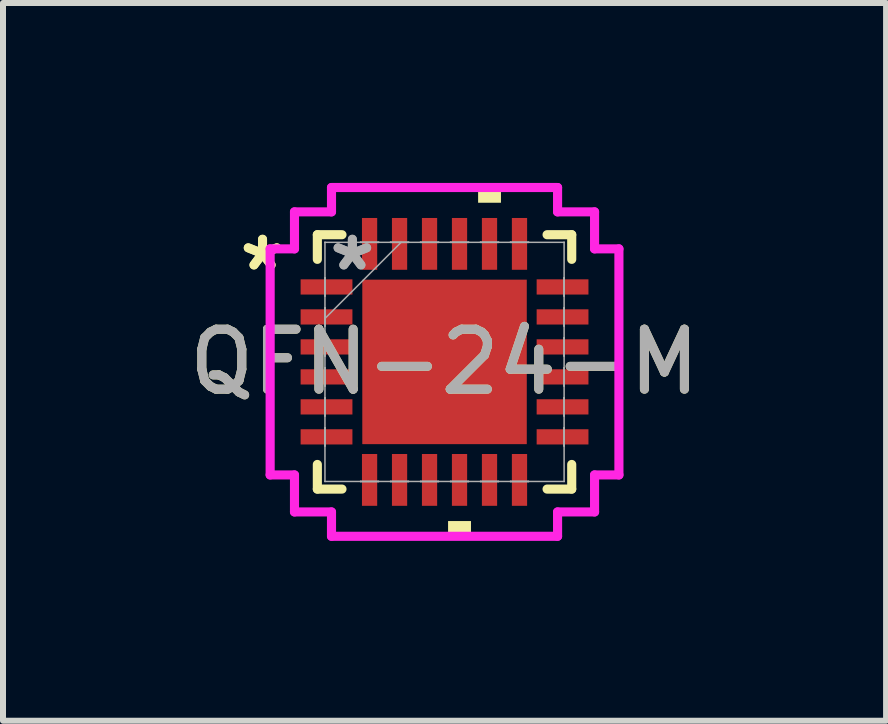
<source format=kicad_pcb>
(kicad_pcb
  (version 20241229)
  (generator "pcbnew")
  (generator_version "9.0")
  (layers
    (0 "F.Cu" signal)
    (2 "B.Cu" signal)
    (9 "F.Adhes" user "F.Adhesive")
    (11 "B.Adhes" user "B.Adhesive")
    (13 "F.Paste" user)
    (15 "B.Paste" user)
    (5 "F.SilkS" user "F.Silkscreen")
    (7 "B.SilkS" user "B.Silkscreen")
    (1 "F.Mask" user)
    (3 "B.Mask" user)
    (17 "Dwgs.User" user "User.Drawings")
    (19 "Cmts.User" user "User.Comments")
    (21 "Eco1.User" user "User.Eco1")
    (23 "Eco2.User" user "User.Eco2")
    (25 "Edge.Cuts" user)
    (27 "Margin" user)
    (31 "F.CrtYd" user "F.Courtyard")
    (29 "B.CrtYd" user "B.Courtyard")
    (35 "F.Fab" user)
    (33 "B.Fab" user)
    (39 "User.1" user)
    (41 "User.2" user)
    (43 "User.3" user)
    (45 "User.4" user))
  (footprint "QFN-24-M"
    (layer "F.Cu")
    (at 4.363 2.985)
    (property "Reference" "QFN-24-M" (at 0 0 0) (unlocked yes) (layer "F.SilkS") (effects (font (size 1 1) (thickness 0.15))))
    (attr smd)
    (fp_line (start -2.121 -2.121) (end -2.121 -1.71) (stroke (width 0.152) (type solid)) (layer "F.SilkS"))
    (fp_line (start -2.121 1.71) (end -2.121 2.121) (stroke (width 0.152) (type solid)) (layer "F.SilkS"))
    (fp_line (start -2.121 2.121) (end -1.71 2.121) (stroke (width 0.152) (type solid)) (layer "F.SilkS"))
    (fp_line (start -1.71 -2.121) (end -2.121 -2.121) (stroke (width 0.152) (type solid)) (layer "F.SilkS"))
    (fp_line (start 1.71 2.121) (end 2.121 2.121) (stroke (width 0.152) (type solid)) (layer "F.SilkS"))
    (fp_line (start 2.121 -2.121) (end 1.71 -2.121) (stroke (width 0.152) (type solid)) (layer "F.SilkS"))
    (fp_line (start 2.121 -1.71) (end 2.121 -2.121) (stroke (width 0.152) (type solid)) (layer "F.SilkS"))
    (fp_line (start 2.121 2.121) (end 2.121 1.71) (stroke (width 0.152) (type solid)) (layer "F.SilkS"))
    (fp_poly (pts (xy 0.059 2.654) (xy 0.059 2.908) (xy 0.441 2.908) (xy 0.441 2.654)) (stroke (width 0) (type solid)) (fill yes) (layer "F.SilkS"))
    (fp_poly (pts (xy 0.56 -2.654) (xy 0.56 -2.908) (xy 0.941 -2.908) (xy 0.941 -2.654)) (stroke (width 0) (type solid)) (fill yes) (layer "F.SilkS"))
    (fp_poly (pts (xy -1.272 -1.272) (xy -1.272 -0.1) (xy -0.1 -0.1) (xy -0.1 -1.272)) (stroke (width 0) (type solid)) (fill yes) (layer "F.Paste"))
    (fp_poly (pts (xy -1.272 0.1) (xy -1.272 1.272) (xy -0.1 1.272) (xy -0.1 0.1)) (stroke (width 0) (type solid)) (fill yes) (layer "F.Paste"))
    (fp_poly (pts (xy 0.1 -1.272) (xy 0.1 -0.1) (xy 1.272 -0.1) (xy 1.272 -1.272)) (stroke (width 0) (type solid)) (fill yes) (layer "F.Paste"))
    (fp_poly (pts (xy 0.1 0.1) (xy 0.1 1.272) (xy 1.272 1.272) (xy 1.272 0.1)) (stroke (width 0) (type solid)) (fill yes) (layer "F.Paste"))
    (fp_line (start -2.908 -1.885) (end -2.502 -1.885) (stroke (width 0.152) (type solid)) (layer "F.CrtYd"))
    (fp_line (start -2.908 1.885) (end -2.908 -1.885) (stroke (width 0.152) (type solid)) (layer "F.CrtYd"))
    (fp_line (start -2.502 -2.502) (end -1.885 -2.502) (stroke (width 0.152) (type solid)) (layer "F.CrtYd"))
    (fp_line (start -2.502 -1.885) (end -2.502 -2.502) (stroke (width 0.152) (type solid)) (layer "F.CrtYd"))
    (fp_line (start -2.502 1.885) (end -2.908 1.885) (stroke (width 0.152) (type solid)) (layer "F.CrtYd"))
    (fp_line (start -2.502 2.502) (end -2.502 1.885) (stroke (width 0.152) (type solid)) (layer "F.CrtYd"))
    (fp_line (start -1.885 -2.908) (end 1.885 -2.908) (stroke (width 0.152) (type solid)) (layer "F.CrtYd"))
    (fp_line (start -1.885 -2.502) (end -1.885 -2.908) (stroke (width 0.152) (type solid)) (layer "F.CrtYd"))
    (fp_line (start -1.885 2.502) (end -2.502 2.502) (stroke (width 0.152) (type solid)) (layer "F.CrtYd"))
    (fp_line (start -1.885 2.908) (end -1.885 2.502) (stroke (width 0.152) (type solid)) (layer "F.CrtYd"))
    (fp_line (start 1.885 -2.908) (end 1.885 -2.502) (stroke (width 0.152) (type solid)) (layer "F.CrtYd"))
    (fp_line (start 1.885 -2.502) (end 2.502 -2.502) (stroke (width 0.152) (type solid)) (layer "F.CrtYd"))
    (fp_line (start 1.885 2.502) (end 1.885 2.908) (stroke (width 0.152) (type solid)) (layer "F.CrtYd"))
    (fp_line (start 1.885 2.908) (end -1.885 2.908) (stroke (width 0.152) (type solid)) (layer "F.CrtYd"))
    (fp_line (start 2.502 -2.502) (end 2.502 -1.885) (stroke (width 0.152) (type solid)) (layer "F.CrtYd"))
    (fp_line (start 2.502 -1.885) (end 2.908 -1.885) (stroke (width 0.152) (type solid)) (layer "F.CrtYd"))
    (fp_line (start 2.502 1.885) (end 2.502 2.502) (stroke (width 0.152) (type solid)) (layer "F.CrtYd"))
    (fp_line (start 2.502 2.502) (end 1.885 2.502) (stroke (width 0.152) (type solid)) (layer "F.CrtYd"))
    (fp_line (start 2.908 -1.885) (end 2.908 1.885) (stroke (width 0.152) (type solid)) (layer "F.CrtYd"))
    (fp_line (start 2.908 1.885) (end 2.502 1.885) (stroke (width 0.152) (type solid)) (layer "F.CrtYd"))
    (fp_line (start -1.994 -1.994) (end -1.994 -1.994) (stroke (width 0.025) (type solid)) (layer "F.Fab"))
    (fp_line (start -1.994 -1.994) (end -1.994 1.994) (stroke (width 0.025) (type solid)) (layer "F.Fab"))
    (fp_line (start -1.994 -1.402) (end -1.994 -1.402) (stroke (width 0.025) (type solid)) (layer "F.Fab"))
    (fp_line (start -1.994 -1.402) (end -1.994 -1.098) (stroke (width 0.025) (type solid)) (layer "F.Fab"))
    (fp_line (start -1.994 -1.098) (end -1.994 -1.402) (stroke (width 0.025) (type solid)) (layer "F.Fab"))
    (fp_line (start -1.994 -1.098) (end -1.994 -1.098) (stroke (width 0.025) (type solid)) (layer "F.Fab"))
    (fp_line (start -1.994 -0.902) (end -1.994 -0.902) (stroke (width 0.025) (type solid)) (layer "F.Fab"))
    (fp_line (start -1.994 -0.902) (end -1.994 -0.598) (stroke (width 0.025) (type solid)) (layer "F.Fab"))
    (fp_line (start -1.994 -0.724) (end -0.724 -1.994) (stroke (width 0.025) (type solid)) (layer "F.Fab"))
    (fp_line (start -1.994 -0.598) (end -1.994 -0.902) (stroke (width 0.025) (type solid)) (layer "F.Fab"))
    (fp_line (start -1.994 -0.598) (end -1.994 -0.598) (stroke (width 0.025) (type solid)) (layer "F.Fab"))
    (fp_line (start -1.994 -0.402) (end -1.994 -0.402) (stroke (width 0.025) (type solid)) (layer "F.Fab"))
    (fp_line (start -1.994 -0.402) (end -1.994 -0.098) (stroke (width 0.025) (type solid)) (layer "F.Fab"))
    (fp_line (start -1.994 -0.098) (end -1.994 -0.402) (stroke (width 0.025) (type solid)) (layer "F.Fab"))
    (fp_line (start -1.994 -0.098) (end -1.994 -0.098) (stroke (width 0.025) (type solid)) (layer "F.Fab"))
    (fp_line (start -1.994 0.098) (end -1.994 0.098) (stroke (width 0.025) (type solid)) (layer "F.Fab"))
    (fp_line (start -1.994 0.098) (end -1.994 0.402) (stroke (width 0.025) (type solid)) (layer "F.Fab"))
    (fp_line (start -1.994 0.402) (end -1.994 0.098) (stroke (width 0.025) (type solid)) (layer "F.Fab"))
    (fp_line (start -1.994 0.402) (end -1.994 0.402) (stroke (width 0.025) (type solid)) (layer "F.Fab"))
    (fp_line (start -1.994 0.598) (end -1.994 0.598) (stroke (width 0.025) (type solid)) (layer "F.Fab"))
    (fp_line (start -1.994 0.598) (end -1.994 0.902) (stroke (width 0.025) (type solid)) (layer "F.Fab"))
    (fp_line (start -1.994 0.902) (end -1.994 0.598) (stroke (width 0.025) (type solid)) (layer "F.Fab"))
    (fp_line (start -1.994 0.902) (end -1.994 0.902) (stroke (width 0.025) (type solid)) (layer "F.Fab"))
    (fp_line (start -1.994 1.098) (end -1.994 1.098) (stroke (width 0.025) (type solid)) (layer "F.Fab"))
    (fp_line (start -1.994 1.098) (end -1.994 1.402) (stroke (width 0.025) (type solid)) (layer "F.Fab"))
    (fp_line (start -1.994 1.402) (end -1.994 1.098) (stroke (width 0.025) (type solid)) (layer "F.Fab"))
    (fp_line (start -1.994 1.402) (end -1.994 1.402) (stroke (width 0.025) (type solid)) (layer "F.Fab"))
    (fp_line (start -1.994 1.994) (end -1.994 1.994) (stroke (width 0.025) (type solid)) (layer "F.Fab"))
    (fp_line (start -1.994 1.994) (end 1.994 1.994) (stroke (width 0.025) (type solid)) (layer "F.Fab"))
    (fp_line (start -1.402 -1.994) (end -1.402 -1.994) (stroke (width 0.025) (type solid)) (layer "F.Fab"))
    (fp_line (start -1.402 -1.994) (end -1.098 -1.994) (stroke (width 0.025) (type solid)) (layer "F.Fab"))
    (fp_line (start -1.402 1.994) (end -1.402 1.994) (stroke (width 0.025) (type solid)) (layer "F.Fab"))
    (fp_line (start -1.402 1.994) (end -1.098 1.994) (stroke (width 0.025) (type solid)) (layer "F.Fab"))
    (fp_line (start -1.098 -1.994) (end -1.402 -1.994) (stroke (width 0.025) (type solid)) (layer "F.Fab"))
    (fp_line (start -1.098 -1.994) (end -1.098 -1.994) (stroke (width 0.025) (type solid)) (layer "F.Fab"))
    (fp_line (start -1.098 1.994) (end -1.402 1.994) (stroke (width 0.025) (type solid)) (layer "F.Fab"))
    (fp_line (start -1.098 1.994) (end -1.098 1.994) (stroke (width 0.025) (type solid)) (layer "F.Fab"))
    (fp_line (start -0.902 -1.994) (end -0.902 -1.994) (stroke (width 0.025) (type solid)) (layer "F.Fab"))
    (fp_line (start -0.902 -1.994) (end -0.598 -1.994) (stroke (width 0.025) (type solid)) (layer "F.Fab"))
    (fp_line (start -0.902 1.994) (end -0.902 1.994) (stroke (width 0.025) (type solid)) (layer "F.Fab"))
    (fp_line (start -0.902 1.994) (end -0.598 1.994) (stroke (width 0.025) (type solid)) (layer "F.Fab"))
    (fp_line (start -0.598 -1.994) (end -0.902 -1.994) (stroke (width 0.025) (type solid)) (layer "F.Fab"))
    (fp_line (start -0.598 -1.994) (end -0.598 -1.994) (stroke (width 0.025) (type solid)) (layer "F.Fab"))
    (fp_line (start -0.598 1.994) (end -0.902 1.994) (stroke (width 0.025) (type solid)) (layer "F.Fab"))
    (fp_line (start -0.598 1.994) (end -0.598 1.994) (stroke (width 0.025) (type solid)) (layer "F.Fab"))
    (fp_line (start -0.402 -1.994) (end -0.402 -1.994) (stroke (width 0.025) (type solid)) (layer "F.Fab"))
    (fp_line (start -0.402 -1.994) (end -0.098 -1.994) (stroke (width 0.025) (type solid)) (layer "F.Fab"))
    (fp_line (start -0.402 1.994) (end -0.402 1.994) (stroke (width 0.025) (type solid)) (layer "F.Fab"))
    (fp_line (start -0.402 1.994) (end -0.098 1.994) (stroke (width 0.025) (type solid)) (layer "F.Fab"))
    (fp_line (start -0.098 -1.994) (end -0.402 -1.994) (stroke (width 0.025) (type solid)) (layer "F.Fab"))
    (fp_line (start -0.098 -1.994) (end -0.098 -1.994) (stroke (width 0.025) (type solid)) (layer "F.Fab"))
    (fp_line (start -0.098 1.994) (end -0.402 1.994) (stroke (width 0.025) (type solid)) (layer "F.Fab"))
    (fp_line (start -0.098 1.994) (end -0.098 1.994) (stroke (width 0.025) (type solid)) (layer "F.Fab"))
    (fp_line (start 0.098 -1.994) (end 0.098 -1.994) (stroke (width 0.025) (type solid)) (layer "F.Fab"))
    (fp_line (start 0.098 -1.994) (end 0.402 -1.994) (stroke (width 0.025) (type solid)) (layer "F.Fab"))
    (fp_line (start 0.098 1.994) (end 0.098 1.994) (stroke (width 0.025) (type solid)) (layer "F.Fab"))
    (fp_line (start 0.098 1.994) (end 0.402 1.994) (stroke (width 0.025) (type solid)) (layer "F.Fab"))
    (fp_line (start 0.402 -1.994) (end 0.098 -1.994) (stroke (width 0.025) (type solid)) (layer "F.Fab"))
    (fp_line (start 0.402 -1.994) (end 0.402 -1.994) (stroke (width 0.025) (type solid)) (layer "F.Fab"))
    (fp_line (start 0.402 1.994) (end 0.098 1.994) (stroke (width 0.025) (type solid)) (layer "F.Fab"))
    (fp_line (start 0.402 1.994) (end 0.402 1.994) (stroke (width 0.025) (type solid)) (layer "F.Fab"))
    (fp_line (start 0.598 -1.994) (end 0.598 -1.994) (stroke (width 0.025) (type solid)) (layer "F.Fab"))
    (fp_line (start 0.598 -1.994) (end 0.902 -1.994) (stroke (width 0.025) (type solid)) (layer "F.Fab"))
    (fp_line (start 0.598 1.994) (end 0.598 1.994) (stroke (width 0.025) (type solid)) (layer "F.Fab"))
    (fp_line (start 0.598 1.994) (end 0.902 1.994) (stroke (width 0.025) (type solid)) (layer "F.Fab"))
    (fp_line (start 0.902 -1.994) (end 0.598 -1.994) (stroke (width 0.025) (type solid)) (layer "F.Fab"))
    (fp_line (start 0.902 -1.994) (end 0.902 -1.994) (stroke (width 0.025) (type solid)) (layer "F.Fab"))
    (fp_line (start 0.902 1.994) (end 0.598 1.994) (stroke (width 0.025) (type solid)) (layer "F.Fab"))
    (fp_line (start 0.902 1.994) (end 0.902 1.994) (stroke (width 0.025) (type solid)) (layer "F.Fab"))
    (fp_line (start 1.098 -1.994) (end 1.098 -1.994) (stroke (width 0.025) (type solid)) (layer "F.Fab"))
    (fp_line (start 1.098 -1.994) (end 1.402 -1.994) (stroke (width 0.025) (type solid)) (layer "F.Fab"))
    (fp_line (start 1.098 1.994) (end 1.098 1.994) (stroke (width 0.025) (type solid)) (layer "F.Fab"))
    (fp_line (start 1.098 1.994) (end 1.402 1.994) (stroke (width 0.025) (type solid)) (layer "F.Fab"))
    (fp_line (start 1.402 -1.994) (end 1.098 -1.994) (stroke (width 0.025) (type solid)) (layer "F.Fab"))
    (fp_line (start 1.402 -1.994) (end 1.402 -1.994) (stroke (width 0.025) (type solid)) (layer "F.Fab"))
    (fp_line (start 1.402 1.994) (end 1.098 1.994) (stroke (width 0.025) (type solid)) (layer "F.Fab"))
    (fp_line (start 1.402 1.994) (end 1.402 1.994) (stroke (width 0.025) (type solid)) (layer "F.Fab"))
    (fp_line (start 1.994 -1.994) (end -1.994 -1.994) (stroke (width 0.025) (type solid)) (layer "F.Fab"))
    (fp_line (start 1.994 -1.994) (end 1.994 -1.994) (stroke (width 0.025) (type solid)) (layer "F.Fab"))
    (fp_line (start 1.994 -1.402) (end 1.994 -1.402) (stroke (width 0.025) (type solid)) (layer "F.Fab"))
    (fp_line (start 1.994 -1.402) (end 1.994 -1.098) (stroke (width 0.025) (type solid)) (layer "F.Fab"))
    (fp_line (start 1.994 -1.098) (end 1.994 -1.402) (stroke (width 0.025) (type solid)) (layer "F.Fab"))
    (fp_line (start 1.994 -1.098) (end 1.994 -1.098) (stroke (width 0.025) (type solid)) (layer "F.Fab"))
    (fp_line (start 1.994 -0.902) (end 1.994 -0.902) (stroke (width 0.025) (type solid)) (layer "F.Fab"))
    (fp_line (start 1.994 -0.902) (end 1.994 -0.598) (stroke (width 0.025) (type solid)) (layer "F.Fab"))
    (fp_line (start 1.994 -0.598) (end 1.994 -0.902) (stroke (width 0.025) (type solid)) (layer "F.Fab"))
    (fp_line (start 1.994 -0.598) (end 1.994 -0.598) (stroke (width 0.025) (type solid)) (layer "F.Fab"))
    (fp_line (start 1.994 -0.402) (end 1.994 -0.402) (stroke (width 0.025) (type solid)) (layer "F.Fab"))
    (fp_line (start 1.994 -0.402) (end 1.994 -0.098) (stroke (width 0.025) (type solid)) (layer "F.Fab"))
    (fp_line (start 1.994 -0.098) (end 1.994 -0.402) (stroke (width 0.025) (type solid)) (layer "F.Fab"))
    (fp_line (start 1.994 -0.098) (end 1.994 -0.098) (stroke (width 0.025) (type solid)) (layer "F.Fab"))
    (fp_line (start 1.994 0.098) (end 1.994 0.098) (stroke (width 0.025) (type solid)) (layer "F.Fab"))
    (fp_line (start 1.994 0.098) (end 1.994 0.402) (stroke (width 0.025) (type solid)) (layer "F.Fab"))
    (fp_line (start 1.994 0.402) (end 1.994 0.098) (stroke (width 0.025) (type solid)) (layer "F.Fab"))
    (fp_line (start 1.994 0.402) (end 1.994 0.402) (stroke (width 0.025) (type solid)) (layer "F.Fab"))
    (fp_line (start 1.994 0.598) (end 1.994 0.598) (stroke (width 0.025) (type solid)) (layer "F.Fab"))
    (fp_line (start 1.994 0.598) (end 1.994 0.902) (stroke (width 0.025) (type solid)) (layer "F.Fab"))
    (fp_line (start 1.994 0.902) (end 1.994 0.598) (stroke (width 0.025) (type solid)) (layer "F.Fab"))
    (fp_line (start 1.994 0.902) (end 1.994 0.902) (stroke (width 0.025) (type solid)) (layer "F.Fab"))
    (fp_line (start 1.994 1.098) (end 1.994 1.098) (stroke (width 0.025) (type solid)) (layer "F.Fab"))
    (fp_line (start 1.994 1.098) (end 1.994 1.402) (stroke (width 0.025) (type solid)) (layer "F.Fab"))
    (fp_line (start 1.994 1.402) (end 1.994 1.098) (stroke (width 0.025) (type solid)) (layer "F.Fab"))
    (fp_line (start 1.994 1.402) (end 1.994 1.402) (stroke (width 0.025) (type solid)) (layer "F.Fab"))
    (fp_line (start 1.994 1.994) (end 1.994 -1.994) (stroke (width 0.025) (type solid)) (layer "F.Fab"))
    (fp_line (start 1.994 1.994) (end 1.994 1.994) (stroke (width 0.025) (type solid)) (layer "F.Fab"))
    (fp_text user "*" (at -3.035 -1.5 0) (unlocked yes) (layer "F.SilkS") (effects (font (size 1 1) (thickness 0.15))))
    (fp_text user "*" (at -3.035 -1.5 0) (layer "F.SilkS") (effects (font (size 1 1) (thickness 0.15))))
    (fp_text user "*" (at -1.537 -1.5 0) (unlocked yes) (layer "F.Fab") (effects (font (size 1 1) (thickness 0.15))))
    (fp_text user "${REFERENCE}" (at 0 0 0) (unlocked yes) (layer "F.Fab") (effects (font (size 1 1) (thickness 0.15))))
    (fp_text user "*" (at -1.537 -1.5 0) (layer "F.Fab") (effects (font (size 1 1) (thickness 0.15))))
    (pad "1" smd rect (at -1.968 -1.25 90) (size 0.254 0.864) (layers "F.Cu" "F.Mask" "F.Paste"))
    (pad "2" smd rect (at -1.968 -0.75 90) (size 0.254 0.864) (layers "F.Cu" "F.Mask" "F.Paste"))
    (pad "3" smd rect (at -1.968 -0.25 90) (size 0.254 0.864) (layers "F.Cu" "F.Mask" "F.Paste"))
    (pad "4" smd rect (at -1.968 0.25 90) (size 0.254 0.864) (layers "F.Cu" "F.Mask" "F.Paste"))
    (pad "5" smd rect (at -1.968 0.75 90) (size 0.254 0.864) (layers "F.Cu" "F.Mask" "F.Paste"))
    (pad "6" smd rect (at -1.968 1.25 90) (size 0.254 0.864) (layers "F.Cu" "F.Mask" "F.Paste"))
    (pad "7" smd rect (at -1.25 1.968) (size 0.254 0.864) (layers "F.Cu" "F.Mask" "F.Paste"))
    (pad "8" smd rect (at -0.75 1.968) (size 0.254 0.864) (layers "F.Cu" "F.Mask" "F.Paste"))
    (pad "9" smd rect (at -0.25 1.968) (size 0.254 0.864) (layers "F.Cu" "F.Mask" "F.Paste"))
    (pad "10" smd rect (at 0.25 1.968) (size 0.254 0.864) (layers "F.Cu" "F.Mask" "F.Paste"))
    (pad "11" smd rect (at 0.75 1.968) (size 0.254 0.864) (layers "F.Cu" "F.Mask" "F.Paste"))
    (pad "12" smd rect (at 1.25 1.968) (size 0.254 0.864) (layers "F.Cu" "F.Mask" "F.Paste"))
    (pad "13" smd rect (at 1.968 1.25 90) (size 0.254 0.864) (layers "F.Cu" "F.Mask" "F.Paste"))
    (pad "14" smd rect (at 1.968 0.75 90) (size 0.254 0.864) (layers "F.Cu" "F.Mask" "F.Paste"))
    (pad "15" smd rect (at 1.968 0.25 90) (size 0.254 0.864) (layers "F.Cu" "F.Mask" "F.Paste"))
    (pad "16" smd rect (at 1.968 -0.25 90) (size 0.254 0.864) (layers "F.Cu" "F.Mask" "F.Paste"))
    (pad "17" smd rect (at 1.968 -0.75 90) (size 0.254 0.864) (layers "F.Cu" "F.Mask" "F.Paste"))
    (pad "18" smd rect (at 1.968 -1.25 90) (size 0.254 0.864) (layers "F.Cu" "F.Mask" "F.Paste"))
    (pad "19" smd rect (at 1.25 -1.968) (size 0.254 0.864) (layers "F.Cu" "F.Mask" "F.Paste"))
    (pad "20" smd rect (at 0.75 -1.968) (size 0.254 0.864) (layers "F.Cu" "F.Mask" "F.Paste"))
    (pad "21" smd rect (at 0.25 -1.968) (size 0.254 0.864) (layers "F.Cu" "F.Mask" "F.Paste"))
    (pad "22" smd rect (at -0.25 -1.968) (size 0.254 0.864) (layers "F.Cu" "F.Mask" "F.Paste"))
    (pad "23" smd rect (at -0.75 -1.968) (size 0.254 0.864) (layers "F.Cu" "F.Mask" "F.Paste"))
    (pad "24" smd rect (at -1.25 -1.968) (size 0.254 0.864) (layers "F.Cu" "F.Mask" "F.Paste"))
    (pad "25" smd rect (at 0 0) (size 2.743 2.743) (layers "F.Cu" "F.Mask" "F.Paste")))
  (gr_rect
    (start -3 -3)
    (end 11.726 8.969)
    (stroke (width 0.1) (type default))
    (fill no)
    (layer "Edge.Cuts")))
</source>
